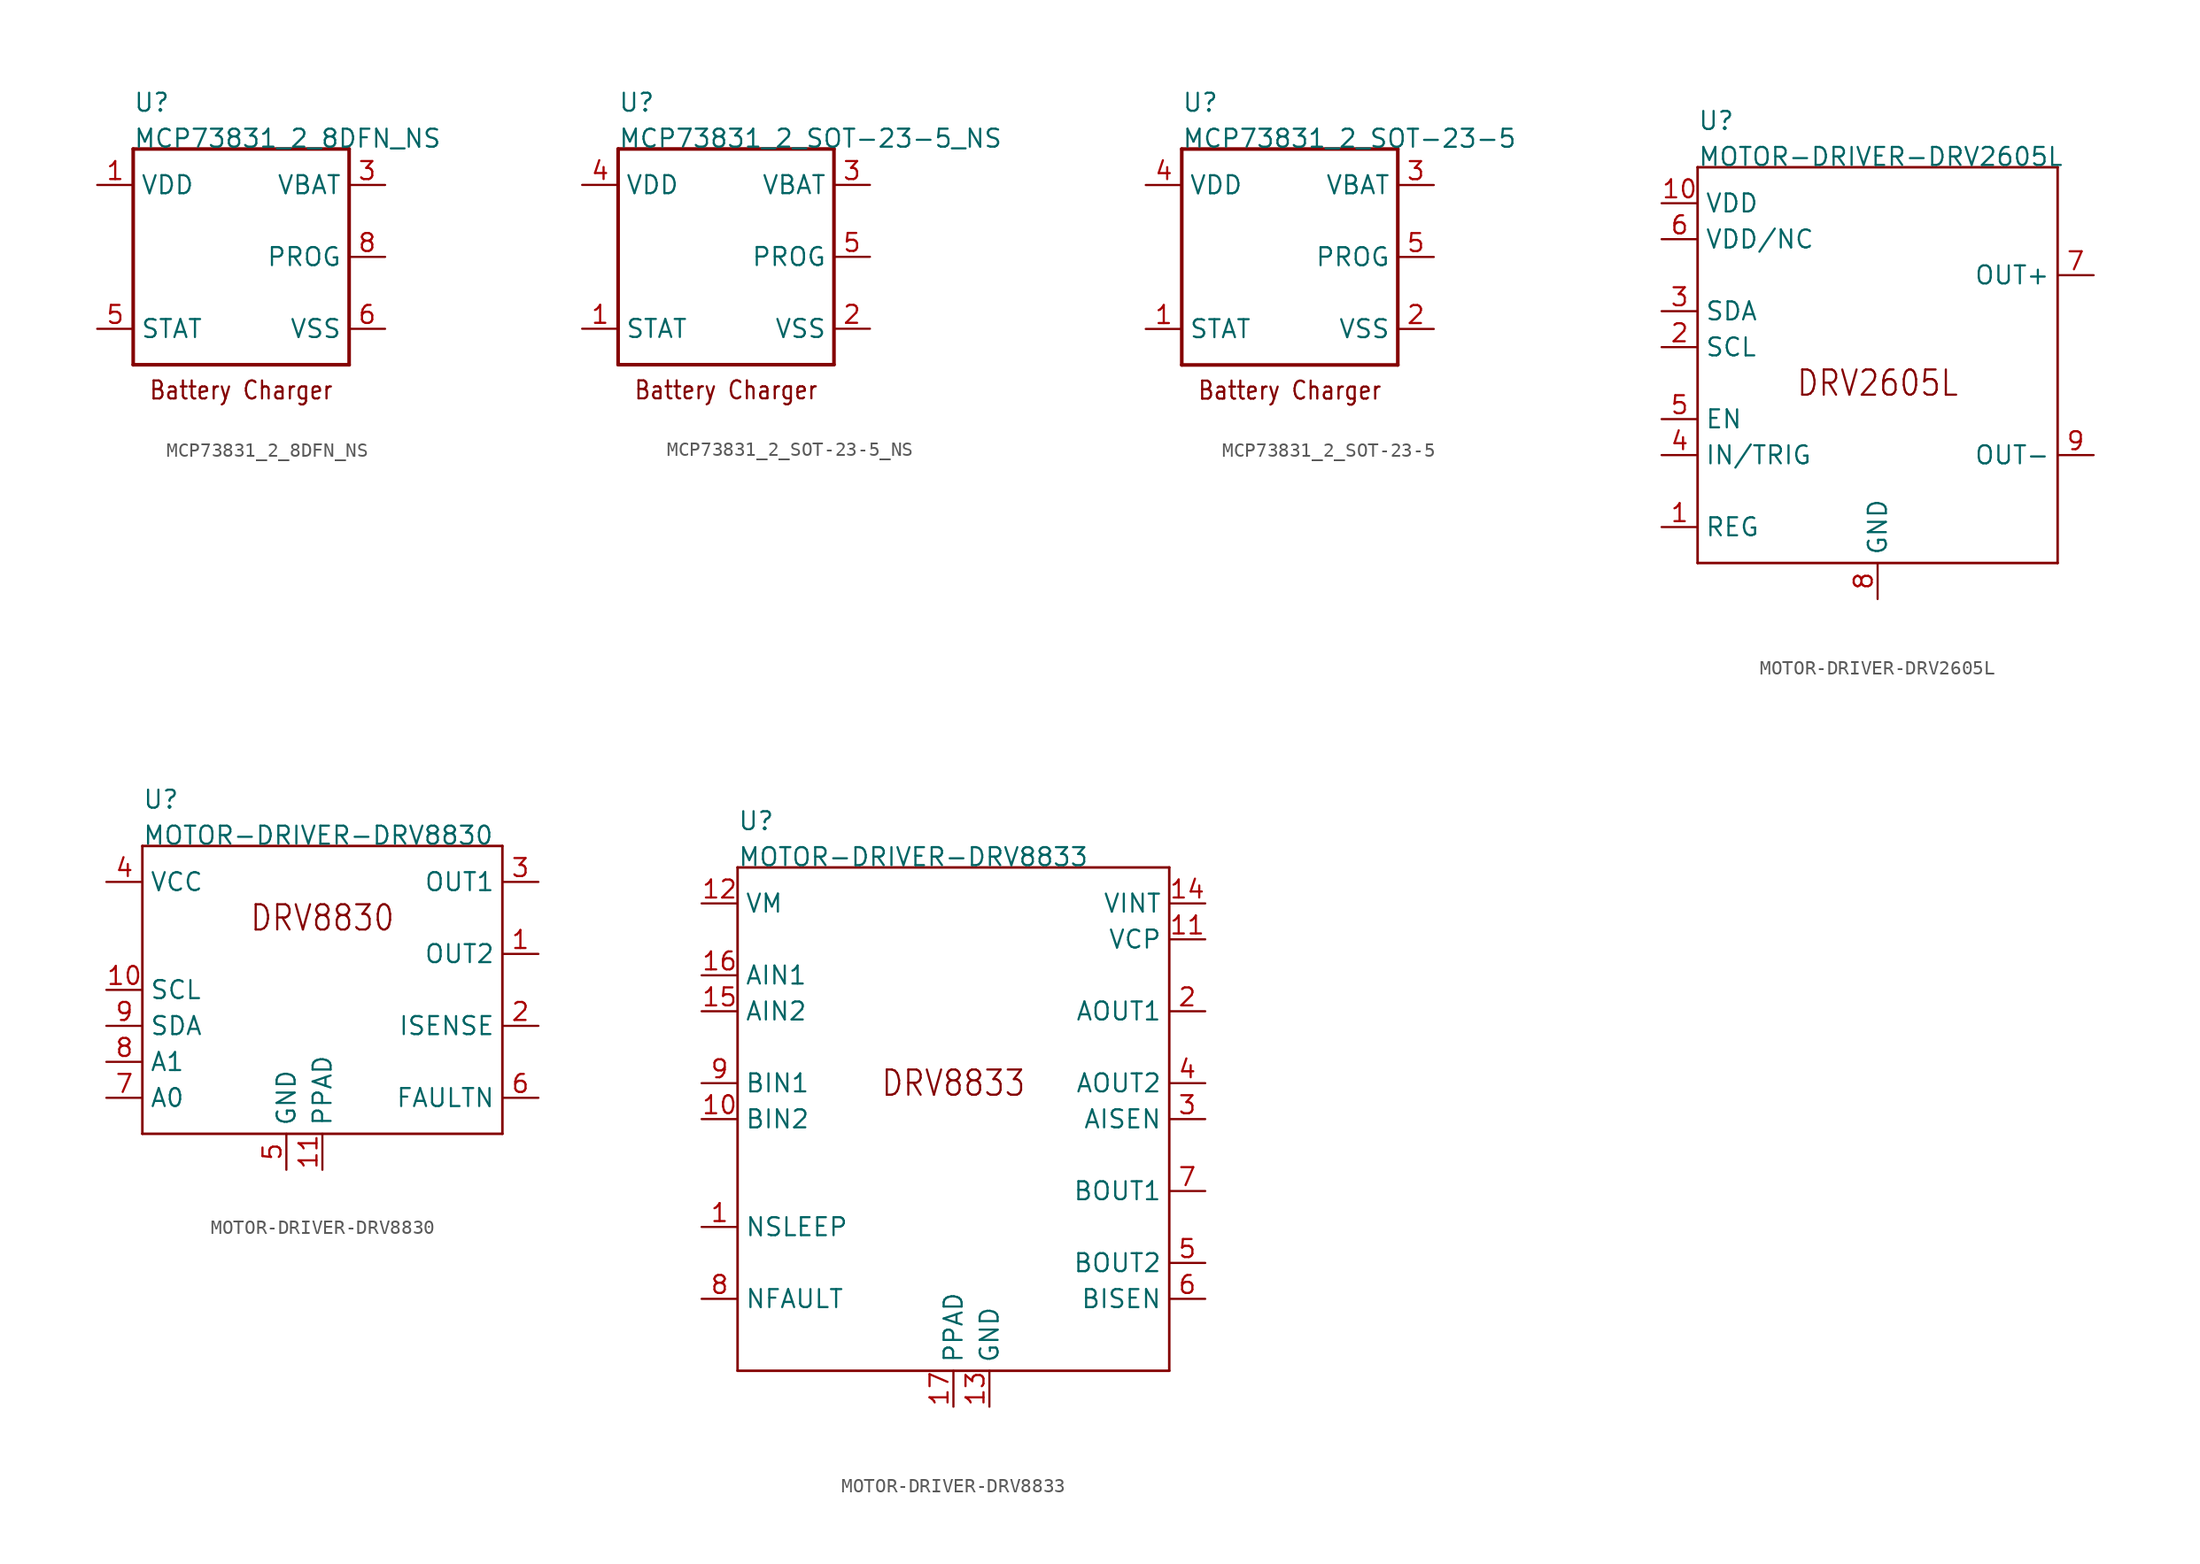
<source format=kicad_sym>
(kicad_symbol_lib
  (version 20211014)
  (generator kicad_symbol_editor)
  (symbol "MCP73831_2_8DFN_NS"
    (pin_names)
    (property "Reference" "U"
      (at -7.62 10.16 0)
      (effects (font (size 1.27 1.27)) (justify left bottom)))
    (property "Value" "MCP73831_2_8DFN_NS"
      (at -7.62 7.62 0)
      (effects (font (size 1.27 1.27)) (justify left bottom)))
    (property "Datasheet" ""
      (at 0 0 0))
    (property "ki_description" "MCP73831/2  - IC BATT CNTL LI-ION 1CEL   Technical Specifications:    Battery Chemistry: Lithium Ion/Polymer   Number of Cells: 1   Fault Protection: Over Voltage       Component Search:  [DATA SHEET NAME]   Datasheet:  MCP73831/2 "
      (at 0 0 0))
    (property "ki_fp_filters" "FlashPCB_ICs:8-DFN-2X3-NOSILK"
      (at 0 0 0))
    (symbol "MCP73831_2_8DFN_NS_1_1"
      (text "Battery Charger" (at 0 -10.16 0) (effects (font (size 1.27 1.086)) (justify bottom)))
      (polyline (pts (xy -7.62 7.62) (xy 7.62 7.62)) (stroke (width 0.254)) (fill (type none)))
      (polyline (pts (xy 7.62 7.62) (xy 7.62 -7.62)) (stroke (width 0.254)) (fill (type none)))
      (polyline (pts (xy 7.62 -7.62) (xy -7.62 -7.62)) (stroke (width 0.254)) (fill (type none)))
      (polyline (pts (xy -7.62 -7.62) (xy -7.62 7.62)) (stroke (width 0.254)) (fill (type none)))
      (pin bidirectional line (at -10.16 5.08 0) (length 2.54) (name "VDD" (effects (font (size 1.27 1.27)))) (number "1" (effects (font (size 1.27 1.27)))))
      (pin bidirectional line (at -10.16 5.08 0) (length 2.54) hide (name "VDD" (effects (font (size 1.27 1.27)))) (number "2" (effects (font (size 1.27 1.27)))))
      (pin bidirectional line (at -10.16 -5.08 0) (length 2.54) (name "STAT" (effects (font (size 1.27 1.27)))) (number "5" (effects (font (size 1.27 1.27)))))
      (pin bidirectional line (at 10.16 5.08 180) (length 2.54) (name "VBAT" (effects (font (size 1.27 1.27)))) (number "3" (effects (font (size 1.27 1.27)))))
      (pin bidirectional line (at 10.16 5.08 180) (length 2.54) hide (name "VBAT" (effects (font (size 1.27 1.27)))) (number "4" (effects (font (size 1.27 1.27)))))
      (pin bidirectional line (at 10.16 0 180) (length 2.54) (name "PROG" (effects (font (size 1.27 1.27)))) (number "8" (effects (font (size 1.27 1.27)))))
      (pin bidirectional line (at 10.16 -5.08 180) (length 2.54) (name "VSS" (effects (font (size 1.27 1.27)))) (number "6" (effects (font (size 1.27 1.27)))))
      (pin bidirectional line (at 10.16 -5.08 180) (length 2.54) hide (name "VSS" (effects (font (size 1.27 1.27)))) (number "9" (effects (font (size 1.27 1.27)))))))
  (symbol "MCP73831_2_SOT-23-5_NS"
    (pin_names)
    (property "Reference" "U"
      (at -7.62 10.16 0)
      (effects (font (size 1.27 1.27)) (justify left bottom)))
    (property "Value" "MCP73831_2_SOT-23-5_NS"
      (at -7.62 7.62 0)
      (effects (font (size 1.27 1.27)) (justify left bottom)))
    (property "Datasheet" ""
      (at 0 0 0))
    (property "ki_description" "MCP73831/2  - IC BATT CNTL LI-ION 1CEL   Technical Specifications:    Battery Chemistry: Lithium Ion/Polymer   Number of Cells: 1   Fault Protection: Over Voltage       Component Search:  [DATA SHEET NAME]   Datasheet:  MCP73831/2 "
      (at 0 0 0))
    (property "ki_fp_filters" "FlashPCB_ICs:SOT-23-5_NOSILK"
      (at 0 0 0))
    (symbol "MCP73831_2_SOT-23-5_NS_1_1"
      (text "Battery Charger" (at 0 -10.16 0) (effects (font (size 1.27 1.086)) (justify bottom)))
      (polyline (pts (xy -7.62 7.62) (xy 7.62 7.62)) (stroke (width 0.254)) (fill (type none)))
      (polyline (pts (xy 7.62 7.62) (xy 7.62 -7.62)) (stroke (width 0.254)) (fill (type none)))
      (polyline (pts (xy 7.62 -7.62) (xy -7.62 -7.62)) (stroke (width 0.254)) (fill (type none)))
      (polyline (pts (xy -7.62 -7.62) (xy -7.62 7.62)) (stroke (width 0.254)) (fill (type none)))
      (pin bidirectional line (at -10.16 5.08 0) (length 2.54) (name "VDD" (effects (font (size 1.27 1.27)))) (number "4" (effects (font (size 1.27 1.27)))))
      (pin bidirectional line (at -10.16 -5.08 0) (length 2.54) (name "STAT" (effects (font (size 1.27 1.27)))) (number "1" (effects (font (size 1.27 1.27)))))
      (pin bidirectional line (at 10.16 5.08 180) (length 2.54) (name "VBAT" (effects (font (size 1.27 1.27)))) (number "3" (effects (font (size 1.27 1.27)))))
      (pin bidirectional line (at 10.16 0 180) (length 2.54) (name "PROG" (effects (font (size 1.27 1.27)))) (number "5" (effects (font (size 1.27 1.27)))))
      (pin bidirectional line (at 10.16 -5.08 180) (length 2.54) (name "VSS" (effects (font (size 1.27 1.27)))) (number "2" (effects (font (size 1.27 1.27)))))))
  (symbol "MCP73831_2_SOT-23-5"
    (pin_names)
    (property "Reference" "U"
      (at -7.62 10.16 0)
      (effects (font (size 1.27 1.27)) (justify left bottom)))
    (property "Value" "MCP73831_2_SOT-23-5"
      (at -7.62 7.62 0)
      (effects (font (size 1.27 1.27)) (justify left bottom)))
    (property "Datasheet" ""
      (at 0 0 0))
    (property "ki_description" "MCP73831/2  - IC BATT CNTL LI-ION 1CEL   Technical Specifications:    Battery Chemistry: Lithium Ion/Polymer   Number of Cells: 1   Fault Protection: Over Voltage       Component Search:  [DATA SHEET NAME]   Datasheet:  MCP73831/2 "
      (at 0 0 0))
    (property "ki_fp_filters" "FlashPCB_ICs:SOT-23-5"
      (at 0 0 0))
    (symbol "MCP73831_2_SOT-23-5_1_1"
      (text "Battery Charger" (at 0 -10.16 0) (effects (font (size 1.27 1.086)) (justify bottom)))
      (polyline (pts (xy -7.62 7.62) (xy 7.62 7.62)) (stroke (width 0.254)) (fill (type none)))
      (polyline (pts (xy 7.62 7.62) (xy 7.62 -7.62)) (stroke (width 0.254)) (fill (type none)))
      (polyline (pts (xy 7.62 -7.62) (xy -7.62 -7.62)) (stroke (width 0.254)) (fill (type none)))
      (polyline (pts (xy -7.62 -7.62) (xy -7.62 7.62)) (stroke (width 0.254)) (fill (type none)))
      (pin bidirectional line (at -10.16 5.08 0) (length 2.54) (name "VDD" (effects (font (size 1.27 1.27)))) (number "4" (effects (font (size 1.27 1.27)))))
      (pin bidirectional line (at -10.16 -5.08 0) (length 2.54) (name "STAT" (effects (font (size 1.27 1.27)))) (number "1" (effects (font (size 1.27 1.27)))))
      (pin bidirectional line (at 10.16 5.08 180) (length 2.54) (name "VBAT" (effects (font (size 1.27 1.27)))) (number "3" (effects (font (size 1.27 1.27)))))
      (pin bidirectional line (at 10.16 0 180) (length 2.54) (name "PROG" (effects (font (size 1.27 1.27)))) (number "5" (effects (font (size 1.27 1.27)))))
      (pin bidirectional line (at 10.16 -5.08 180) (length 2.54) (name "VSS" (effects (font (size 1.27 1.27)))) (number "2" (effects (font (size 1.27 1.27)))))))
  (symbol "MOTOR-DRIVER-DRV2605L"
    (pin_names)
    (property "Reference" "U"
      (at -12.7 15.24 0)
      (effects (font (size 1.27 1.27)) (justify left bottom)))
    (property "Value" "MOTOR-DRIVER-DRV2605L"
      (at -12.7 12.7 0)
      (effects (font (size 1.27 1.27)) (justify left bottom)))
    (property "Datasheet" ""
      (at 0 0 0))
    (property "ki_description" "DRV2605L  - Motor Driver Power MOSFET I2C  Technical Specifications:    Haptic and Vibration driver :LRA( Linear Resistancece Actuator), ERA(Eccentric Rotating Mass)   Supply/Operating Voltage: 2.5V~5V       Component Search:  DRV2605   Datasheet:  DRV2605L 2- to 5.2-V Haptic Driver for LRA and ERM with Effect Library and Smart-Loop Architecture datasheet (Rev. D)  "
      (at 0 0 0))
    (property "ki_fp_filters" "FlashPCB_ICs:10-VSSOP"
      (at 0 0 0))
    (symbol "MOTOR-DRIVER-DRV2605L_1_1"
      (text "DRV2605L" (at 0 -2.54 0) (effects (font (size 1.778 1.52))))
      (polyline (pts (xy -12.7 12.7) (xy 12.7 12.7)) (stroke (width 0.178)) (fill (type none)))
      (polyline (pts (xy 12.7 12.7) (xy 12.7 -15.24)) (stroke (width 0.178)) (fill (type none)))
      (polyline (pts (xy 12.7 -15.24) (xy -12.7 -15.24)) (stroke (width 0.178)) (fill (type none)))
      (polyline (pts (xy -12.7 -15.24) (xy -12.7 12.7)) (stroke (width 0.178)) (fill (type none)))
      (pin bidirectional line (at 0 -17.78 90) (length 2.54) (name "GND" (effects (font (size 1.27 1.27)))) (number "8" (effects (font (size 1.27 1.27)))))
      (pin bidirectional line (at -15.24 -12.7 0) (length 2.54) (name "REG" (effects (font (size 1.27 1.27)))) (number "1" (effects (font (size 1.27 1.27)))))
      (pin bidirectional line (at 15.24 -7.62 180) (length 2.54) (name "OUT-" (effects (font (size 1.27 1.27)))) (number "9" (effects (font (size 1.27 1.27)))))
      (pin bidirectional line (at -15.24 -7.62 0) (length 2.54) (name "IN/TRIG" (effects (font (size 1.27 1.27)))) (number "4" (effects (font (size 1.27 1.27)))))
      (pin bidirectional line (at -15.24 -5.08 0) (length 2.54) (name "EN" (effects (font (size 1.27 1.27)))) (number "5" (effects (font (size 1.27 1.27)))))
      (pin bidirectional line (at -15.24 10.16 0) (length 2.54) (name "VDD" (effects (font (size 1.27 1.27)))) (number "10" (effects (font (size 1.27 1.27)))))
      (pin bidirectional line (at -15.24 0 0) (length 2.54) (name "SCL" (effects (font (size 1.27 1.27)))) (number "2" (effects (font (size 1.27 1.27)))))
      (pin bidirectional line (at -15.24 2.54 0) (length 2.54) (name "SDA" (effects (font (size 1.27 1.27)))) (number "3" (effects (font (size 1.27 1.27)))))
      (pin bidirectional line (at 15.24 5.08 180) (length 2.54) (name "OUT+" (effects (font (size 1.27 1.27)))) (number "7" (effects (font (size 1.27 1.27)))))
      (pin bidirectional line (at -15.24 7.62 0) (length 2.54) (name "VDD/NC" (effects (font (size 1.27 1.27)))) (number "6" (effects (font (size 1.27 1.27)))))))
  (symbol "MOTOR-DRIVER-DRV8830"
    (pin_names)
    (property "Reference" "U"
      (at -12.7 12.7 0)
      (effects (font (size 1.27 1.27)) (justify left bottom)))
    (property "Value" "MOTOR-DRIVER-DRV8830"
      (at -12.7 10.16 0)
      (effects (font (size 1.27 1.27)) (justify left bottom)))
    (property "Datasheet" ""
      (at 0 0 0))
    (property "ki_description" "DRV8830  - Bipolar Motor Driver Power MOSFET I2C 10-VSON   Technical Specifications:    H-Bridge Voltage-Controller Motor Driver   Suitable for DC Brushless Motor / one winding of Stepper Motor   Serial I2C Interface Compatible    Supply Voltage: 2.75V~6.8V       Component Search:  DRV8830   Datasheet:  DRV8830 Low-Voltage Motor Driver With Serial Interface datasheet (Rev. G)  "
      (at 0 0 0))
    (property "ki_fp_filters" "FlashPCB_ICs:10-VSON(3X3)"
      (at 0 0 0))
    (symbol "MOTOR-DRIVER-DRV8830_1_1"
      (text "DRV8830" (at 0 5.08 0) (effects (font (size 1.778 1.52))))
      (polyline (pts (xy -12.7 10.16) (xy 12.7 10.16)) (stroke (width 0.178)) (fill (type none)))
      (polyline (pts (xy 12.7 10.16) (xy 12.7 -10.16)) (stroke (width 0.178)) (fill (type none)))
      (polyline (pts (xy 12.7 -10.16) (xy -12.7 -10.16)) (stroke (width 0.178)) (fill (type none)))
      (polyline (pts (xy -12.7 -10.16) (xy -12.7 10.16)) (stroke (width 0.178)) (fill (type none)))
      (pin bidirectional line (at 15.24 2.54 180) (length 2.54) (name "OUT2" (effects (font (size 1.27 1.27)))) (number "1" (effects (font (size 1.27 1.27)))))
      (pin bidirectional line (at 15.24 -2.54 180) (length 2.54) (name "ISENSE" (effects (font (size 1.27 1.27)))) (number "2" (effects (font (size 1.27 1.27)))))
      (pin bidirectional line (at 15.24 7.62 180) (length 2.54) (name "OUT1" (effects (font (size 1.27 1.27)))) (number "3" (effects (font (size 1.27 1.27)))))
      (pin bidirectional line (at -15.24 7.62 0) (length 2.54) (name "VCC" (effects (font (size 1.27 1.27)))) (number "4" (effects (font (size 1.27 1.27)))))
      (pin bidirectional line (at -2.54 -12.7 90) (length 2.54) (name "GND" (effects (font (size 1.27 1.27)))) (number "5" (effects (font (size 1.27 1.27)))))
      (pin bidirectional line (at 15.24 -7.62 180) (length 2.54) (name "FAULTN" (effects (font (size 1.27 1.27)))) (number "6" (effects (font (size 1.27 1.27)))))
      (pin bidirectional line (at -15.24 -7.62 0) (length 2.54) (name "A0" (effects (font (size 1.27 1.27)))) (number "7" (effects (font (size 1.27 1.27)))))
      (pin bidirectional line (at -15.24 -5.08 0) (length 2.54) (name "A1" (effects (font (size 1.27 1.27)))) (number "8" (effects (font (size 1.27 1.27)))))
      (pin bidirectional line (at -15.24 -2.54 0) (length 2.54) (name "SDA" (effects (font (size 1.27 1.27)))) (number "9" (effects (font (size 1.27 1.27)))))
      (pin bidirectional line (at -15.24 0 0) (length 2.54) (name "SCL" (effects (font (size 1.27 1.27)))) (number "10" (effects (font (size 1.27 1.27)))))
      (pin bidirectional line (at 0 -12.7 90) (length 2.54) (name "PPAD" (effects (font (size 1.27 1.27)))) (number "11" (effects (font (size 1.27 1.27)))))))
  (symbol "MOTOR-DRIVER-DRV8833"
    (pin_names)
    (property "Reference" "U"
      (at -15.24 20.32 0)
      (effects (font (size 1.27 1.27)) (justify left bottom)))
    (property "Value" "MOTOR-DRIVER-DRV8833"
      (at -15.24 17.78 0)
      (effects (font (size 1.27 1.27)) (justify left bottom)))
    (property "Datasheet" ""
      (at 0 0 0))
    (property "ki_description" "DRV8833  - Bipolar Motor Driver NMOS PWM 16-HTSSOP   Technical Specifications:    Dual H-Bridge Current-Control Motor Driver   Suitable for 2x DC motors or 1x Stepper Motor   Supply Voltage: 2.7V~10.8V   PWM Winding Current Regulation       Component Search:  DRV8833   Datasheet:  DRV8833 Dual H-Bridge Motor Driver datasheet (Rev. E)  "
      (at 0 0 0))
    (property "ki_fp_filters" "FlashPCB_ICs:16-HTSSOP"
      (at 0 0 0))
    (symbol "MOTOR-DRIVER-DRV8833_1_1"
      (text "DRV8833" (at 0 2.54 0) (effects (font (size 1.778 1.52))))
      (polyline (pts (xy -15.24 17.78) (xy 15.24 17.78)) (stroke (width 0.178)) (fill (type none)))
      (polyline (pts (xy 15.24 17.78) (xy 15.24 -17.78)) (stroke (width 0.178)) (fill (type none)))
      (polyline (pts (xy 15.24 -17.78) (xy -15.24 -17.78)) (stroke (width 0.178)) (fill (type none)))
      (polyline (pts (xy -15.24 -17.78) (xy -15.24 17.78)) (stroke (width 0.178)) (fill (type none)))
      (pin bidirectional line (at 17.78 2.54 180) (length 2.54) (name "AOUT2" (effects (font (size 1.27 1.27)))) (number "4" (effects (font (size 1.27 1.27)))))
      (pin bidirectional line (at 17.78 -10.16 180) (length 2.54) (name "BOUT2" (effects (font (size 1.27 1.27)))) (number "5" (effects (font (size 1.27 1.27)))))
      (pin bidirectional line (at 17.78 -12.7 180) (length 2.54) (name "BISEN" (effects (font (size 1.27 1.27)))) (number "6" (effects (font (size 1.27 1.27)))))
      (pin bidirectional line (at 17.78 -5.08 180) (length 2.54) (name "BOUT1" (effects (font (size 1.27 1.27)))) (number "7" (effects (font (size 1.27 1.27)))))
      (pin bidirectional line (at -17.78 2.54 0) (length 2.54) (name "BIN1" (effects (font (size 1.27 1.27)))) (number "9" (effects (font (size 1.27 1.27)))))
      (pin bidirectional line (at -17.78 0 0) (length 2.54) (name "BIN2" (effects (font (size 1.27 1.27)))) (number "10" (effects (font (size 1.27 1.27)))))
      (pin bidirectional line (at 17.78 12.7 180) (length 2.54) (name "VCP" (effects (font (size 1.27 1.27)))) (number "11" (effects (font (size 1.27 1.27)))))
      (pin bidirectional line (at -17.78 15.24 0) (length 2.54) (name "VM" (effects (font (size 1.27 1.27)))) (number "12" (effects (font (size 1.27 1.27)))))
      (pin bidirectional line (at 2.54 -20.32 90) (length 2.54) (name "GND" (effects (font (size 1.27 1.27)))) (number "13" (effects (font (size 1.27 1.27)))))
      (pin bidirectional line (at 0 -20.32 90) (length 2.54) (name "PPAD" (effects (font (size 1.27 1.27)))) (number "17" (effects (font (size 1.27 1.27)))))
      (pin bidirectional line (at -17.78 -7.62 0) (length 2.54) (name "NSLEEP" (effects (font (size 1.27 1.27)))) (number "1" (effects (font (size 1.27 1.27)))))
      (pin bidirectional line (at 17.78 7.62 180) (length 2.54) (name "AOUT1" (effects (font (size 1.27 1.27)))) (number "2" (effects (font (size 1.27 1.27)))))
      (pin bidirectional line (at 17.78 0 180) (length 2.54) (name "AISEN" (effects (font (size 1.27 1.27)))) (number "3" (effects (font (size 1.27 1.27)))))
      (pin bidirectional line (at -17.78 -12.7 0) (length 2.54) (name "NFAULT" (effects (font (size 1.27 1.27)))) (number "8" (effects (font (size 1.27 1.27)))))
      (pin bidirectional line (at 17.78 15.24 180) (length 2.54) (name "VINT" (effects (font (size 1.27 1.27)))) (number "14" (effects (font (size 1.27 1.27)))))
      (pin bidirectional line (at -17.78 7.62 0) (length 2.54) (name "AIN2" (effects (font (size 1.27 1.27)))) (number "15" (effects (font (size 1.27 1.27)))))
      (pin bidirectional line (at -17.78 10.16 0) (length 2.54) (name "AIN1" (effects (font (size 1.27 1.27)))) (number "16" (effects (font (size 1.27 1.27))))))))
</source>
